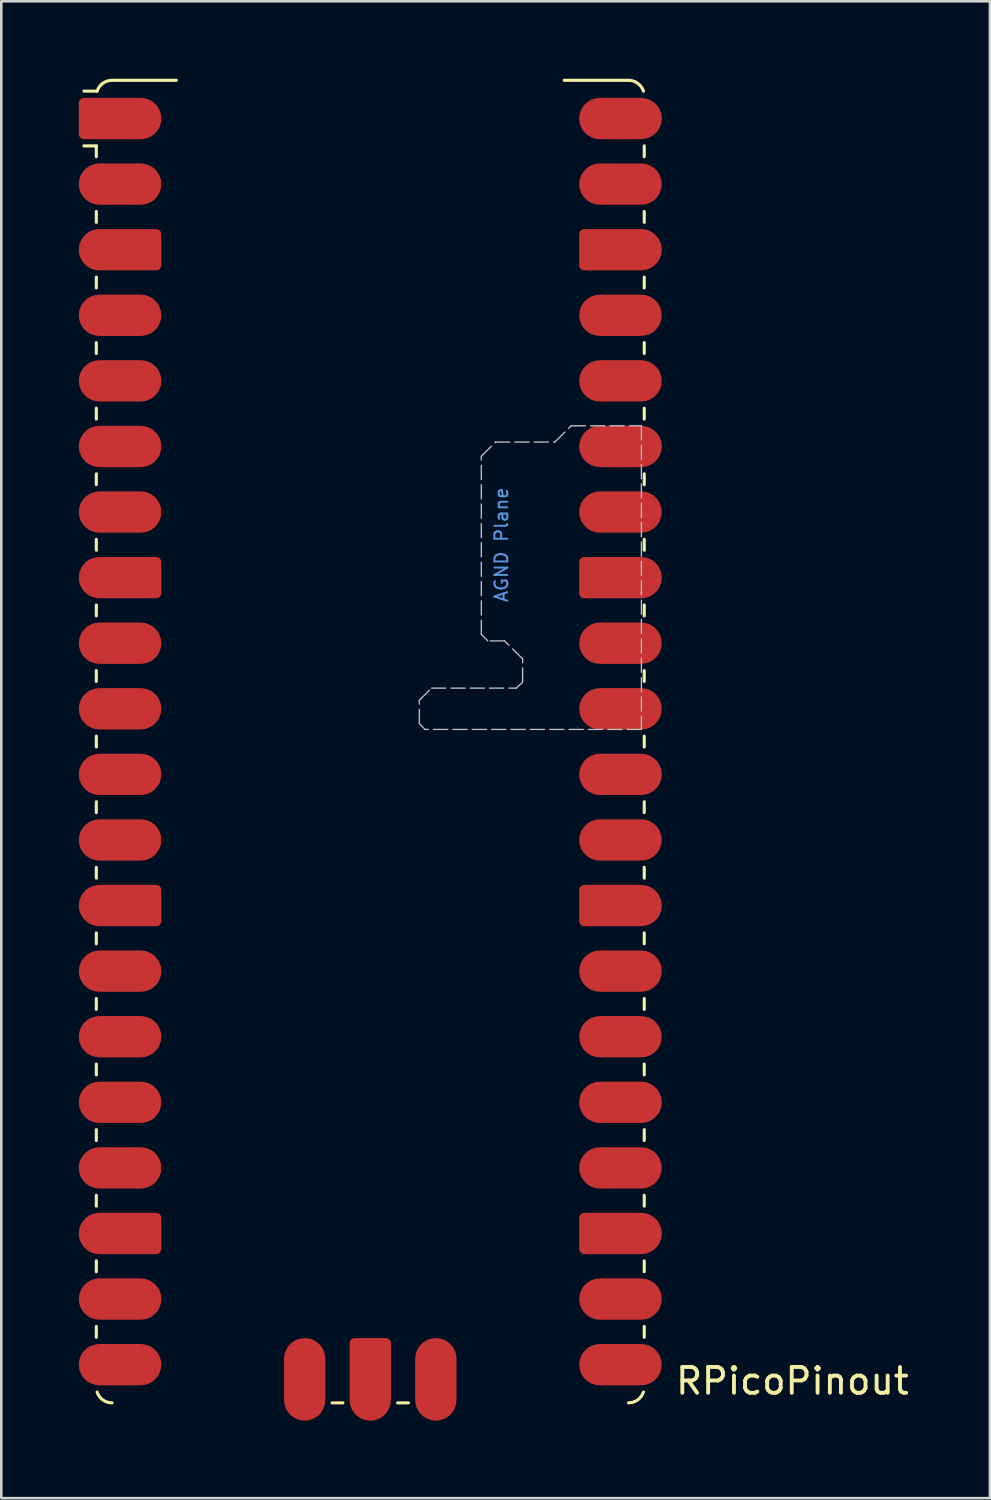
<source format=kicad_pcb>
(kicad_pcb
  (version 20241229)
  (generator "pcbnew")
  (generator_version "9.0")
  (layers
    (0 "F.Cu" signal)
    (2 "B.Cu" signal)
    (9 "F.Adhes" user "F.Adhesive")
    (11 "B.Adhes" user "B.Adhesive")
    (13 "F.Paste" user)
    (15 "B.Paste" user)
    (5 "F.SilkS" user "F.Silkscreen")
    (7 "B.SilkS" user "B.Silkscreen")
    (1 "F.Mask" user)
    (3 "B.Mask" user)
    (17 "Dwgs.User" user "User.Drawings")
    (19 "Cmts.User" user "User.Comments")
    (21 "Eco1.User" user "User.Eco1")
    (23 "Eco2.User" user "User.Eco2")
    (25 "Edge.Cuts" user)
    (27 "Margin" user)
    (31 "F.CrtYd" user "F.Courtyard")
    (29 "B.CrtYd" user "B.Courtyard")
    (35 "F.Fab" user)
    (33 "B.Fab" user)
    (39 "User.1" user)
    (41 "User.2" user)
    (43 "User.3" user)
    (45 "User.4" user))
  (footprint "RPicoPinout"
    (layer "F.Cu")
    (at 11.29 25.67)
    (property "Reference" "RPicoPinout" (at 11.748 24.765 0) (unlocked yes) (layer "F.SilkS") (effects (font (size 1 1) (thickness 0.15)) (justify left)))
    (attr smd)
    (fp_line (start -10.61 -23.07) (end -11.09 -23.07) (stroke (width 0.12) (type solid)) (layer "F.SilkS"))
    (fp_line (start -10.61 -23.07) (end -10.61 -22.65) (stroke (width 0.12) (type solid)) (layer "F.SilkS"))
    (fp_line (start -10.61 -20.53) (end -10.61 -20.11) (stroke (width 0.12) (type solid)) (layer "F.SilkS"))
    (fp_line (start -10.61 -17.99) (end -10.61 -17.57) (stroke (width 0.12) (type solid)) (layer "F.SilkS"))
    (fp_line (start -10.61 -15.45) (end -10.61 -15.03) (stroke (width 0.12) (type solid)) (layer "F.SilkS"))
    (fp_line (start -10.61 -12.91) (end -10.61 -12.49) (stroke (width 0.12) (type solid)) (layer "F.SilkS"))
    (fp_line (start -10.61 -10.37) (end -10.61 -9.95) (stroke (width 0.12) (type solid)) (layer "F.SilkS"))
    (fp_line (start -10.61 -7.83) (end -10.61 -7.41) (stroke (width 0.12) (type solid)) (layer "F.SilkS"))
    (fp_line (start -10.61 -5.29) (end -10.61 -4.87) (stroke (width 0.12) (type solid)) (layer "F.SilkS"))
    (fp_line (start -10.61 -2.75) (end -10.61 -2.33) (stroke (width 0.12) (type solid)) (layer "F.SilkS"))
    (fp_line (start -10.61 -0.21) (end -10.61 0.21) (stroke (width 0.12) (type solid)) (layer "F.SilkS"))
    (fp_line (start -10.61 2.33) (end -10.61 2.75) (stroke (width 0.12) (type solid)) (layer "F.SilkS"))
    (fp_line (start -10.61 4.87) (end -10.61 5.29) (stroke (width 0.12) (type solid)) (layer "F.SilkS"))
    (fp_line (start -10.61 7.41) (end -10.61 7.83) (stroke (width 0.12) (type solid)) (layer "F.SilkS"))
    (fp_line (start -10.61 9.95) (end -10.61 10.37) (stroke (width 0.12) (type solid)) (layer "F.SilkS"))
    (fp_line (start -10.61 12.49) (end -10.61 12.91) (stroke (width 0.12) (type solid)) (layer "F.SilkS"))
    (fp_line (start -10.61 15.03) (end -10.61 15.45) (stroke (width 0.12) (type solid)) (layer "F.SilkS"))
    (fp_line (start -10.61 17.57) (end -10.61 17.99) (stroke (width 0.12) (type solid)) (layer "F.SilkS"))
    (fp_line (start -10.61 20.11) (end -10.61 20.53) (stroke (width 0.12) (type solid)) (layer "F.SilkS"))
    (fp_line (start -10.61 22.65) (end -10.61 23.07) (stroke (width 0.12) (type solid)) (layer "F.SilkS"))
    (fp_line (start -10.58 -25.19) (end -11.09 -25.19) (stroke (width 0.12) (type solid)) (layer "F.SilkS"))
    (fp_line (start -10 -25.61) (end -7.51 -25.61) (stroke (width 0.12) (type solid)) (layer "F.SilkS"))
    (fp_line (start -1.48 25.61) (end -1.06 25.61) (stroke (width 0.12) (type solid)) (layer "F.SilkS"))
    (fp_line (start 1.06 25.61) (end 1.48 25.61) (stroke (width 0.12) (type solid)) (layer "F.SilkS"))
    (fp_line (start 10 -25.61) (end 7.51 -25.61) (stroke (width 0.12) (type solid)) (layer "F.SilkS"))
    (fp_line (start 10.61 -23.07) (end 10.61 -22.65) (stroke (width 0.12) (type solid)) (layer "F.SilkS"))
    (fp_line (start 10.61 -20.53) (end 10.61 -20.11) (stroke (width 0.12) (type solid)) (layer "F.SilkS"))
    (fp_line (start 10.61 -17.99) (end 10.61 -17.57) (stroke (width 0.12) (type solid)) (layer "F.SilkS"))
    (fp_line (start 10.61 -15.45) (end 10.61 -15.03) (stroke (width 0.12) (type solid)) (layer "F.SilkS"))
    (fp_line (start 10.61 -12.91) (end 10.61 -12.49) (stroke (width 0.12) (type solid)) (layer "F.SilkS"))
    (fp_line (start 10.61 -10.37) (end 10.61 -9.95) (stroke (width 0.12) (type solid)) (layer "F.SilkS"))
    (fp_line (start 10.61 -7.83) (end 10.61 -7.41) (stroke (width 0.12) (type solid)) (layer "F.SilkS"))
    (fp_line (start 10.61 -5.29) (end 10.61 -4.87) (stroke (width 0.12) (type solid)) (layer "F.SilkS"))
    (fp_line (start 10.61 -2.75) (end 10.61 -2.33) (stroke (width 0.12) (type solid)) (layer "F.SilkS"))
    (fp_line (start 10.61 -0.21) (end 10.61 0.21) (stroke (width 0.12) (type solid)) (layer "F.SilkS"))
    (fp_line (start 10.61 2.33) (end 10.61 2.75) (stroke (width 0.12) (type solid)) (layer "F.SilkS"))
    (fp_line (start 10.61 4.87) (end 10.61 5.29) (stroke (width 0.12) (type solid)) (layer "F.SilkS"))
    (fp_line (start 10.61 7.41) (end 10.61 7.83) (stroke (width 0.12) (type solid)) (layer "F.SilkS"))
    (fp_line (start 10.61 9.95) (end 10.61 10.37) (stroke (width 0.12) (type solid)) (layer "F.SilkS"))
    (fp_line (start 10.61 12.49) (end 10.61 12.91) (stroke (width 0.12) (type solid)) (layer "F.SilkS"))
    (fp_line (start 10.61 15.03) (end 10.61 15.45) (stroke (width 0.12) (type solid)) (layer "F.SilkS"))
    (fp_line (start 10.61 17.57) (end 10.61 17.99) (stroke (width 0.12) (type solid)) (layer "F.SilkS"))
    (fp_line (start 10.61 20.11) (end 10.61 20.53) (stroke (width 0.12) (type solid)) (layer "F.SilkS"))
    (fp_line (start 10.61 22.65) (end 10.61 23.07) (stroke (width 0.12) (type solid)) (layer "F.SilkS"))
    (fp_arc (start -10.579676 -25.19) (mid -10.357938 -25.493944) (end -10 -25.61) (stroke (width 0.12) (type solid)) (layer "F.SilkS"))
    (fp_arc (start -10 25.61) (mid -10.357937 25.493944) (end -10.579676 25.189937) (stroke (width 0.12) (type solid)) (layer "F.SilkS"))
    (fp_arc (start 10 -25.61) (mid 10.357937 -25.493944) (end 10.579676 -25.189937) (stroke (width 0.12) (type solid)) (layer "F.SilkS"))
    (fp_arc (start 10.579676 25.189937) (mid 10.357958 25.493991) (end 10 25.61) (stroke (width 0.12) (type solid)) (layer "F.SilkS"))
    (fp_poly (pts (xy 10.5 -0.47) (xy 2.12 -0.47) (xy 1.9 -0.7) (xy 1.9 -1.6) (xy 2.37 -2.07) (xy 5.65 -2.07) (xy 5.9 -2.3) (xy 5.9 -3.2) (xy 5.2 -3.9) (xy 4.55 -3.9) (xy 4.3 -4.15) (xy 4.3 -11.05) (xy 4.85 -11.6) (xy 7.15 -11.6) (xy 7.78 -12.23) (xy 10.5 -12.23)) (stroke (width 0.05) (type dash)) (fill no) (layer "Dwgs.User"))
    (fp_text user "AGND Plane" (at 5.08 -7.62 90) (unlocked yes) (layer "Cmts.User") (effects (font (size 0.5 0.5) (thickness 0.075))))
    (pad "1" smd custom (at -9.69 -24.13) (size 1.6 0.8) (layers "F.Cu" "F.Mask") (options (anchor rect)) (primitives (gr_circle (center 0.8 0) (end 1.6 0) (width 0) (fill yes)) (gr_poly (pts (xy -1.6 -0.6) (xy -1.6 0.6) (xy -1.4 0.8) (xy 0.8 0.8) (xy 0.8 -0.8) (xy -1.4 -0.8)) (width 0) (fill yes)) (gr_circle (center -1.4 -0.6) (end -1.2 -0.6) (width 0) (fill yes)) (gr_circle (center -1.4 0.6) (end -1.2 0.6) (width 0) (fill yes))))
    (pad "2" smd roundrect (at -9.69 -21.59) (size 3.2 1.6) (layers "F.Cu" "F.Mask") (roundrect_rratio 0.5))
    (pad "3" smd custom (at -9.69 -19.05) (size 1.6 0.8) (layers "F.Cu" "F.Mask") (options (anchor rect)) (primitives (gr_circle (center -0.8 0) (end 0 0) (width 0) (fill yes)) (gr_poly (pts (xy 1.6 -0.6) (xy 1.6 0.6) (xy 1.4 0.8) (xy -0.8 0.8) (xy -0.8 -0.8) (xy 1.4 -0.8)) (width 0) (fill yes)) (gr_circle (center 1.4 -0.6) (end 1.6 -0.6) (width 0) (fill yes)) (gr_circle (center 1.4 0.6) (end 1.6 0.6) (width 0) (fill yes))))
    (pad "4" smd roundrect (at -9.69 -16.51) (size 3.2 1.6) (layers "F.Cu" "F.Mask") (roundrect_rratio 0.5))
    (pad "5" smd roundrect (at -9.69 -13.97) (size 3.2 1.6) (layers "F.Cu" "F.Mask") (roundrect_rratio 0.5))
    (pad "6" smd roundrect (at -9.69 -11.43) (size 3.2 1.6) (layers "F.Cu" "F.Mask") (roundrect_rratio 0.5))
    (pad "7" smd roundrect (at -9.69 -8.89) (size 3.2 1.6) (layers "F.Cu" "F.Mask") (roundrect_rratio 0.5))
    (pad "8" smd custom (at -9.69 -6.35) (size 1.6 0.8) (layers "F.Cu" "F.Mask") (options (anchor rect)) (primitives (gr_circle (center -0.8 0) (end 0 0) (width 0) (fill yes)) (gr_poly (pts (xy 1.6 -0.6) (xy 1.6 0.6) (xy 1.4 0.8) (xy -0.8 0.8) (xy -0.8 -0.8) (xy 1.4 -0.8)) (width 0) (fill yes)) (gr_circle (center 1.4 -0.6) (end 1.6 -0.6) (width 0) (fill yes)) (gr_circle (center 1.4 0.6) (end 1.6 0.6) (width 0) (fill yes))))
    (pad "9" smd roundrect (at -9.69 -3.81) (size 3.2 1.6) (layers "F.Cu" "F.Mask") (roundrect_rratio 0.5))
    (pad "10" smd roundrect (at -9.69 -1.27) (size 3.2 1.6) (layers "F.Cu" "F.Mask") (roundrect_rratio 0.5))
    (pad "11" smd roundrect (at -9.69 1.27) (size 3.2 1.6) (layers "F.Cu" "F.Mask") (roundrect_rratio 0.5))
    (pad "12" smd roundrect (at -9.69 3.81) (size 3.2 1.6) (layers "F.Cu" "F.Mask") (roundrect_rratio 0.5))
    (pad "13" smd custom (at -9.69 6.35) (size 1.6 0.8) (layers "F.Cu" "F.Mask") (options (anchor rect)) (primitives (gr_circle (center -0.8 0) (end 0 0) (width 0) (fill yes)) (gr_poly (pts (xy 1.6 -0.6) (xy 1.6 0.6) (xy 1.4 0.8) (xy -0.8 0.8) (xy -0.8 -0.8) (xy 1.4 -0.8)) (width 0) (fill yes)) (gr_circle (center 1.4 -0.6) (end 1.6 -0.6) (width 0) (fill yes)) (gr_circle (center 1.4 0.6) (end 1.6 0.6) (width 0) (fill yes))))
    (pad "14" smd roundrect (at -9.69 8.89) (size 3.2 1.6) (layers "F.Cu" "F.Mask") (roundrect_rratio 0.5))
    (pad "15" smd roundrect (at -9.69 11.43) (size 3.2 1.6) (layers "F.Cu" "F.Mask") (roundrect_rratio 0.5))
    (pad "16" smd roundrect (at -9.69 13.97) (size 3.2 1.6) (layers "F.Cu" "F.Mask") (roundrect_rratio 0.5))
    (pad "17" smd roundrect (at -9.69 16.51) (size 3.2 1.6) (layers "F.Cu" "F.Mask") (roundrect_rratio 0.5))
    (pad "18" smd custom (at -9.69 19.05) (size 1.6 0.8) (layers "F.Cu" "F.Mask") (options (anchor rect)) (primitives (gr_circle (center -0.8 0) (end 0 0) (width 0) (fill yes)) (gr_poly (pts (xy 1.6 -0.6) (xy 1.6 0.6) (xy 1.4 0.8) (xy -0.8 0.8) (xy -0.8 -0.8) (xy 1.4 -0.8)) (width 0) (fill yes)) (gr_circle (center 1.4 -0.6) (end 1.6 -0.6) (width 0) (fill yes)) (gr_circle (center 1.4 0.6) (end 1.6 0.6) (width 0) (fill yes))))
    (pad "19" smd roundrect (at -9.69 21.59) (size 3.2 1.6) (layers "F.Cu" "F.Mask") (roundrect_rratio 0.5))
    (pad "20" smd roundrect (at -9.69 24.13) (size 3.2 1.6) (layers "F.Cu" "F.Mask") (roundrect_rratio 0.5))
    (pad "21" smd roundrect (at 9.69 24.13) (size 3.2 1.6) (layers "F.Cu" "F.Mask") (roundrect_rratio 0.5))
    (pad "22" smd roundrect (at 9.69 21.59) (size 3.2 1.6) (layers "F.Cu" "F.Mask") (roundrect_rratio 0.5))
    (pad "23" smd custom (at 9.69 19.05) (size 1.6 0.8) (layers "F.Cu" "F.Mask") (options (anchor rect)) (primitives (gr_circle (center 0.8 0) (end 1.6 0) (width 0) (fill yes)) (gr_poly (pts (xy -1.6 -0.6) (xy -1.6 0.6) (xy -1.4 0.8) (xy 0.8 0.8) (xy 0.8 -0.8) (xy -1.4 -0.8)) (width 0) (fill yes)) (gr_circle (center -1.4 -0.6) (end -1.2 -0.6) (width 0) (fill yes)) (gr_circle (center -1.4 0.6) (end -1.2 0.6) (width 0) (fill yes))))
    (pad "24" smd roundrect (at 9.69 16.51) (size 3.2 1.6) (layers "F.Cu" "F.Mask") (roundrect_rratio 0.5))
    (pad "25" smd roundrect (at 9.69 13.97) (size 3.2 1.6) (layers "F.Cu" "F.Mask") (roundrect_rratio 0.5))
    (pad "26" smd roundrect (at 9.69 11.43) (size 3.2 1.6) (layers "F.Cu" "F.Mask") (roundrect_rratio 0.5))
    (pad "27" smd roundrect (at 9.69 8.89) (size 3.2 1.6) (layers "F.Cu" "F.Mask") (roundrect_rratio 0.5))
    (pad "28" smd custom (at 9.69 6.35) (size 1.6 0.8) (layers "F.Cu" "F.Mask") (options (anchor rect)) (primitives (gr_circle (center 0.8 0) (end 1.6 0) (width 0) (fill yes)) (gr_poly (pts (xy -1.6 -0.6) (xy -1.6 0.6) (xy -1.4 0.8) (xy 0.8 0.8) (xy 0.8 -0.8) (xy -1.4 -0.8)) (width 0) (fill yes)) (gr_circle (center -1.4 -0.6) (end -1.2 -0.6) (width 0) (fill yes)) (gr_circle (center -1.4 0.6) (end -1.2 0.6) (width 0) (fill yes))))
    (pad "29" smd roundrect (at 9.69 3.81) (size 3.2 1.6) (layers "F.Cu" "F.Mask") (roundrect_rratio 0.5))
    (pad "30" smd roundrect (at 9.69 1.27) (size 3.2 1.6) (layers "F.Cu" "F.Mask") (roundrect_rratio 0.5))
    (pad "31" smd roundrect (at 9.69 -1.27) (size 3.2 1.6) (layers "F.Cu" "F.Mask") (roundrect_rratio 0.5))
    (pad "32" smd roundrect (at 9.69 -3.81) (size 3.2 1.6) (layers "F.Cu" "F.Mask") (roundrect_rratio 0.5))
    (pad "33" smd custom (at 9.69 -6.35) (size 1.6 0.8) (layers "F.Cu" "F.Mask") (options (anchor rect)) (primitives (gr_circle (center 0.8 0) (end 1.6 0) (width 0) (fill yes)) (gr_poly (pts (xy -1.6 -0.6) (xy -1.6 0.6) (xy -1.4 0.8) (xy 0.8 0.8) (xy 0.8 -0.8) (xy -1.4 -0.8)) (width 0) (fill yes)) (gr_circle (center -1.4 -0.6) (end -1.2 -0.6) (width 0) (fill yes)) (gr_circle (center -1.4 0.6) (end -1.2 0.6) (width 0) (fill yes))))
    (pad "34" smd roundrect (at 9.69 -8.89) (size 3.2 1.6) (layers "F.Cu" "F.Mask") (roundrect_rratio 0.5))
    (pad "35" smd roundrect (at 9.69 -11.43) (size 3.2 1.6) (layers "F.Cu" "F.Mask") (roundrect_rratio 0.5))
    (pad "36" smd roundrect (at 9.69 -13.97) (size 3.2 1.6) (layers "F.Cu" "F.Mask") (roundrect_rratio 0.5))
    (pad "37" smd roundrect (at 9.69 -16.51) (size 3.2 1.6) (layers "F.Cu" "F.Mask") (roundrect_rratio 0.5))
    (pad "38" smd custom (at 9.69 -19.05) (size 1.6 0.8) (layers "F.Cu" "F.Mask") (options (anchor rect)) (primitives (gr_circle (center 0.8 0) (end 1.6 0) (width 0) (fill yes)) (gr_poly (pts (xy -1.6 -0.6) (xy -1.6 0.6) (xy -1.4 0.8) (xy 0.8 0.8) (xy 0.8 -0.8) (xy -1.4 -0.8)) (width 0) (fill yes)) (gr_circle (center -1.4 -0.6) (end -1.2 -0.6) (width 0) (fill yes)) (gr_circle (center -1.4 0.6) (end -1.2 0.6) (width 0) (fill yes))))
    (pad "39" smd roundrect (at 9.69 -21.59) (size 3.2 1.6) (layers "F.Cu" "F.Mask") (roundrect_rratio 0.5))
    (pad "40" smd roundrect (at 9.69 -24.13) (size 3.2 1.6) (layers "F.Cu" "F.Mask") (roundrect_rratio 0.5))
    (pad "D1" smd roundrect (at -2.54 23.9 90) (size 3.2 1.6) (drill (offset -0.8 0)) (layers "F.Cu" "F.Mask") (roundrect_rratio 0.5))
    (pad "D2" smd custom (at 0 23.9 270) (size 1.6 1.6) (layers "F.Cu" "F.Mask") (options (anchor circle)) (primitives (gr_poly (pts (xy -0.8 -0.6) (xy -0.8 0.6) (xy -0.6 0.8) (xy 1.6 0.8) (xy 1.6 -0.8) (xy -0.6 -0.8)) (width 0) (fill yes)) (gr_circle (center -0.6 0.6) (end -0.4 0.6) (width 0) (fill yes)) (gr_circle (center -0.6 -0.6) (end -0.4 -0.6) (width 0) (fill yes)) (gr_circle (center 1.6 0) (end 2.4 0) (width 0) (fill yes))))
    (pad "D3" smd roundrect (at 2.54 23.9 90) (size 3.2 1.6) (drill (offset -0.8 0)) (layers "F.Cu" "F.Mask") (roundrect_rratio 0.5)))
  (gr_rect
    (start -3 -3)
    (end 35.288 54.97)
    (stroke (width 0.1) (type default))
    (fill no)
    (layer "Edge.Cuts")))
</source>
